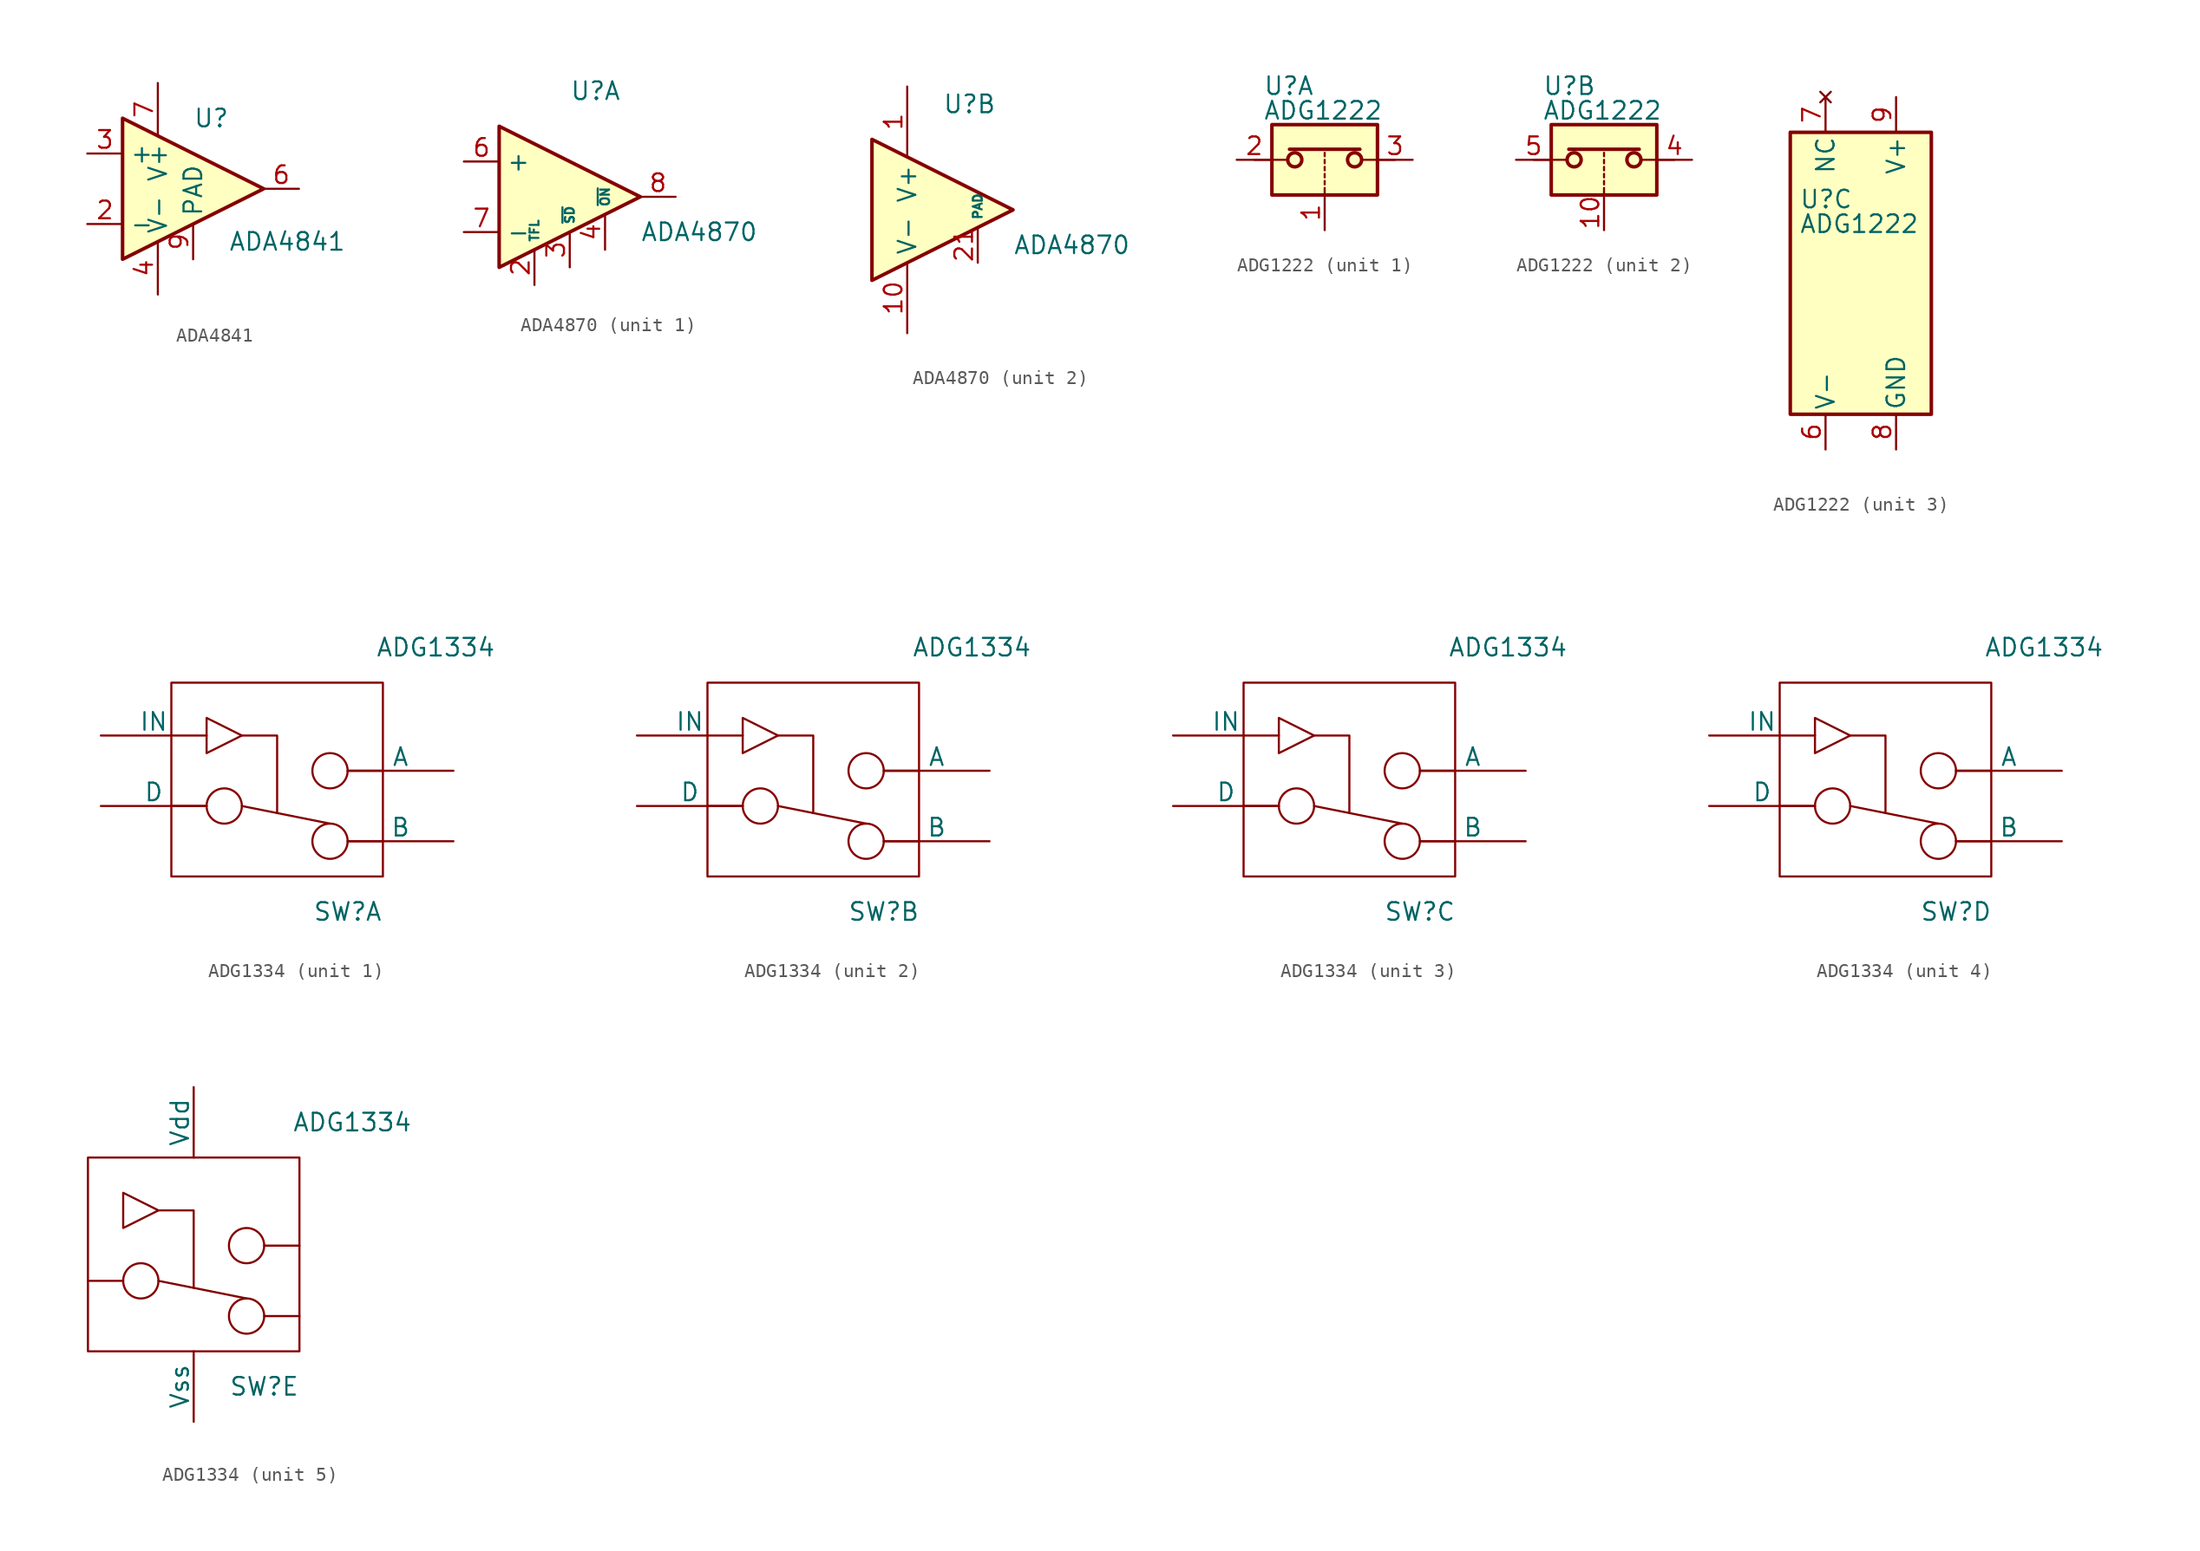
<source format=kicad_sym>
(kicad_symbol_lib
  (version 20231120)
  (generator "kicad_symbol_editor")
  (generator_version "8.0")
  (symbol "ADA4841"
    (property "Reference" "U"
      (at 0 5.08 0)
      (effects (font (size 1.27 1.27)) (justify left)))
    (property "Value" "ADA4841"
      (at 2.54 -3.81 0)
      (effects (font (size 1.27 1.27)) (justify left)))
    (property "Footprint" ""
      (at 0 0 0)
      (effects (font (size 1.27 1.27))))
    (property "Datasheet" ""
      (at 0 0 0)
      (effects (font (size 1.27 1.27))))
    (symbol "ADA4841_0_1"
      (polyline (pts (xy -5.08 5.08) (xy 5.08 0) (xy -5.08 -5.08) (xy -5.08 5.08)) (stroke (width 0.254) (type solid)) (fill (type background)))
      (pin power_in line (at -2.54 -7.62 90) (length 3.81) (name "V-" (effects (font (size 1.27 1.27)))) (number "4" (effects (font (size 1.27 1.27)))))
      (pin power_in line (at -2.54 7.62 270) (length 3.81) (name "V+" (effects (font (size 1.27 1.27)))) (number "7" (effects (font (size 1.27 1.27))))))
    (symbol "ADA4841_1_1"
      (pin input line (at -7.62 -2.54 0) (length 2.54) (name "-" (effects (font (size 1.27 1.27)))) (number "2" (effects (font (size 1.27 1.27)))))
      (pin input line (at -7.62 2.54 0) (length 2.54) (name "+" (effects (font (size 1.27 1.27)))) (number "3" (effects (font (size 1.27 1.27)))))
      (pin output line (at 7.62 0 180) (length 2.54) (name "~" (effects (font (size 1.27 1.27)))) (number "6" (effects (font (size 1.27 1.27)))))
      (pin power_in line (at 0 -5.08 90) (length 2.54) (name "PAD" (effects (font (size 1.27 1.27)))) (number "9" (effects (font (size 1.27 1.27)))))))
  (symbol "ADA4870"
    (property "Reference" "U"
      (at 0 7.62 0)
      (effects (font (size 1.27 1.27)) (justify left)))
    (property "Value" "ADA4870"
      (at 5.08 -2.54 0)
      (effects (font (size 1.27 1.27)) (justify left)))
    (property "Footprint" ""
      (at 0 0 0)
      (effects (font (size 1.27 1.27))))
    (property "Datasheet" ""
      (at 0 0 0)
      (effects (font (size 1.27 1.27))))
    (symbol "ADA4870_0_1"
      (polyline (pts (xy -5.08 5.08) (xy 5.08 0) (xy -5.08 -5.08) (xy -5.08 5.08)) (stroke (width 0.254) (type solid)) (fill (type background))))
    (symbol "ADA4870_1_1"
      (pin output line (at 7.62 0 180) (length 2.54) hide (name "~" (effects (font (size 1.27 1.27)))) (number "14" (effects (font (size 1.27 1.27)))))
      (pin output line (at 7.62 0 180) (length 2.54) hide (name "~" (effects (font (size 1.27 1.27)))) (number "15" (effects (font (size 1.27 1.27)))))
      (pin output line (at 7.62 0 180) (length 2.54) hide (name "~" (effects (font (size 1.27 1.27)))) (number "16" (effects (font (size 1.27 1.27)))))
      (pin output line (at 7.62 0 180) (length 2.54) hide (name "~" (effects (font (size 1.27 1.27)))) (number "17" (effects (font (size 1.27 1.27)))))
      (pin input line (at -2.54 -6.35 90) (length 2.54) (name "TFL" (effects (font (size 0.635 0.635)))) (number "2" (effects (font (size 1.27 1.27)))))
      (pin input line (at 0 -5.08 90) (length 2.54) (name "~{SD}" (effects (font (size 0.635 0.635)))) (number "3" (effects (font (size 1.27 1.27)))))
      (pin input line (at 2.54 -3.81 90) (length 2.54) (name "~{ON}" (effects (font (size 0.635 0.635)))) (number "4" (effects (font (size 1.27 1.27)))))
      (pin no_connect line (at 2.54 3.81 270) (length 2.54) hide (name "NC" (effects (font (size 0.635 0.635)))) (number "5" (effects (font (size 1.27 1.27)))))
      (pin input line (at -7.62 2.54 0) (length 2.54) (name "+" (effects (font (size 1.27 1.27)))) (number "6" (effects (font (size 1.27 1.27)))))
      (pin input line (at -7.62 -2.54 0) (length 2.54) (name "-" (effects (font (size 1.27 1.27)))) (number "7" (effects (font (size 1.27 1.27)))))
      (pin output line (at 7.62 0 180) (length 2.54) (name "~" (effects (font (size 1.27 1.27)))) (number "8" (effects (font (size 1.27 1.27)))))
      (pin no_connect line (at -2.54 6.35 270) (length 2.54) hide (name "NC" (effects (font (size 0.635 0.635)))) (number "9" (effects (font (size 1.27 1.27))))))
    (symbol "ADA4870_2_1"
      (pin power_in line (at -2.54 8.89 270) (length 5.08) (name "V+" (effects (font (size 1.27 1.27)))) (number "1" (effects (font (size 1.27 1.27)))))
      (pin power_in line (at -2.54 -8.89 90) (length 5.08) (name "V-" (effects (font (size 1.27 1.27)))) (number "10" (effects (font (size 1.27 1.27)))))
      (pin power_in line (at -2.54 -8.89 90) (length 5.08) hide (name "V-" (effects (font (size 1.27 1.27)))) (number "11" (effects (font (size 1.27 1.27)))))
      (pin power_in line (at -2.54 -8.89 90) (length 5.08) hide (name "V-" (effects (font (size 1.27 1.27)))) (number "12" (effects (font (size 1.27 1.27)))))
      (pin power_in line (at -2.54 -8.89 90) (length 5.08) hide (name "V-" (effects (font (size 1.27 1.27)))) (number "13" (effects (font (size 1.27 1.27)))))
      (pin power_in line (at -2.54 8.89 270) (length 5.08) hide (name "V+" (effects (font (size 1.27 1.27)))) (number "18" (effects (font (size 1.27 1.27)))))
      (pin power_in line (at -2.54 8.89 270) (length 5.08) hide (name "V+" (effects (font (size 1.27 1.27)))) (number "19" (effects (font (size 1.27 1.27)))))
      (pin power_in line (at -2.54 8.89 270) (length 5.08) hide (name "V+" (effects (font (size 1.27 1.27)))) (number "20" (effects (font (size 1.27 1.27)))))
      (pin input line (at 2.54 -3.81 90) (length 2.54) (name "PAD" (effects (font (size 0.635 0.635)))) (number "21" (effects (font (size 1.27 1.27)))))))
  (symbol "ADG1222"
    (pin_names
      (offset 0.254))
    (property "Reference" "U"
      (at -4.445 5.334 0)
      (effects (font (size 1.27 1.27)) (justify left)))
    (property "Value" "ADG1222"
      (at -4.445 3.556 0)
      (effects (font (size 1.27 1.27)) (justify left)))
    (symbol "ADG1222_1_1"
      (rectangle (start -3.81 2.54) (end 3.81 -2.54) (stroke (width 0.254) (type solid)) (fill (type background)))
      (circle (center -2.159 0) (radius 0.508) (stroke (width 0.254) (type solid)) (fill (type none)))
      (polyline (pts (xy -5.08 0) (xy -2.794 0)) (stroke (width 0) (type solid)) (fill (type none)))
      (polyline (pts (xy -2.54 0.762) (xy 2.54 0.762)) (stroke (width 0.254) (type solid)) (fill (type none)))
      (polyline (pts (xy 0 -2.54) (xy 0 -2.032)) (stroke (width 0) (type solid)) (fill (type none)))
      (polyline (pts (xy 0 -1.778) (xy 0 -1.524)) (stroke (width 0) (type solid)) (fill (type none)))
      (polyline (pts (xy 0 -1.27) (xy 0 -1.016)) (stroke (width 0) (type solid)) (fill (type none)))
      (polyline (pts (xy 0 -0.762) (xy 0 -0.508)) (stroke (width 0) (type solid)) (fill (type none)))
      (polyline (pts (xy 0 -0.254) (xy 0 0)) (stroke (width 0) (type solid)) (fill (type none)))
      (polyline (pts (xy 0 0.254) (xy 0 0.508)) (stroke (width 0) (type solid)) (fill (type none)))
      (polyline (pts (xy 5.08 0) (xy 2.794 0)) (stroke (width 0) (type solid)) (fill (type none)))
      (circle (center 2.159 0) (radius 0.508) (stroke (width 0.254) (type solid)) (fill (type none)))
      (pin input line (at 0 -5.08 90) (length 2.54) (name "~" (effects (font (size 1.27 1.27)))) (number "1" (effects (font (size 1.27 1.27)))))
      (pin passive line (at -6.35 0 0) (length 2.54) (name "~" (effects (font (size 1.27 1.27)))) (number "2" (effects (font (size 1.27 1.27)))))
      (pin passive line (at 6.35 0 180) (length 2.54) (name "~" (effects (font (size 1.27 1.27)))) (number "3" (effects (font (size 1.27 1.27))))))
    (symbol "ADG1222_2_1"
      (rectangle (start -3.81 2.54) (end 3.81 -2.54) (stroke (width 0.254) (type solid)) (fill (type background)))
      (circle (center -2.159 0) (radius 0.508) (stroke (width 0.254) (type solid)) (fill (type none)))
      (polyline (pts (xy -5.08 0) (xy -2.794 0)) (stroke (width 0) (type solid)) (fill (type none)))
      (polyline (pts (xy -2.54 0.762) (xy 2.54 0.762)) (stroke (width 0.254) (type solid)) (fill (type none)))
      (polyline (pts (xy 0 -2.54) (xy 0 -2.032)) (stroke (width 0) (type solid)) (fill (type none)))
      (polyline (pts (xy 0 -1.778) (xy 0 -1.524)) (stroke (width 0) (type solid)) (fill (type none)))
      (polyline (pts (xy 0 -1.27) (xy 0 -1.016)) (stroke (width 0) (type solid)) (fill (type none)))
      (polyline (pts (xy 0 -0.762) (xy 0 -0.508)) (stroke (width 0) (type solid)) (fill (type none)))
      (polyline (pts (xy 0 -0.254) (xy 0 0)) (stroke (width 0) (type solid)) (fill (type none)))
      (polyline (pts (xy 0 0.254) (xy 0 0.508)) (stroke (width 0) (type solid)) (fill (type none)))
      (polyline (pts (xy 5.08 0) (xy 2.794 0)) (stroke (width 0) (type solid)) (fill (type none)))
      (circle (center 2.159 0) (radius 0.508) (stroke (width 0.254) (type solid)) (fill (type none)))
      (pin input line (at 0 -5.08 90) (length 2.54) (name "~" (effects (font (size 1.27 1.27)))) (number "10" (effects (font (size 1.27 1.27)))))
      (pin passive line (at 6.35 0 180) (length 2.54) (name "~" (effects (font (size 1.27 1.27)))) (number "4" (effects (font (size 1.27 1.27)))))
      (pin passive line (at -6.35 0 0) (length 2.54) (name "~" (effects (font (size 1.27 1.27)))) (number "5" (effects (font (size 1.27 1.27))))))
    (symbol "ADG1222_3_0"
      (pin power_in line (at -2.54 -12.7 90) (length 2.54) (name "V-" (effects (font (size 1.27 1.27)))) (number "6" (effects (font (size 1.27 1.27)))))
      (pin power_in line (at 2.54 12.7 270) (length 2.54) (name "V+" (effects (font (size 1.27 1.27)))) (number "9" (effects (font (size 1.27 1.27))))))
    (symbol "ADG1222_3_1"
      (rectangle (start -5.08 10.16) (end 5.08 -10.16) (stroke (width 0.254) (type solid)) (fill (type background)))
      (pin no_connect line (at -2.54 12.7 270) (length 2.54) (name "NC" (effects (font (size 1.27 1.27)))) (number "7" (effects (font (size 1.27 1.27)))))
      (pin power_in line (at 2.54 -12.7 90) (length 2.54) (name "GND" (effects (font (size 1.27 1.27)))) (number "8" (effects (font (size 1.27 1.27)))))))
  (symbol "ADG1334"
    (pin_numbers hide)
    (pin_names
      (offset 0))
    (property "Reference" "SW"
      (at 5.08 -10.16 0)
      (effects (font (size 1.27 1.27))))
    (property "Value" "ADG1334"
      (at 11.43 8.89 0)
      (effects (font (size 1.27 1.27))))
    (property "Footprint" ""
      (at 0 -2.54 0)
      (effects (font (size 1.27 1.27))))
    (property "Datasheet" ""
      (at 0 -2.54 0)
      (effects (font (size 1.27 1.27))))
    (symbol "ADG1334_0_0"
      (circle (center -3.81 -2.54) (radius 1.27) (stroke (width 0) (type solid)) (fill (type none)))
      (circle (center 3.81 -5.08) (radius 1.27) (stroke (width 0) (type solid)) (fill (type none))))
    (symbol "ADG1334_0_1"
      (rectangle (start -7.62 6.35) (end 7.62 -7.62) (stroke (width 0) (type solid)) (fill (type none)))
      (polyline (pts (xy -5.08 -2.54) (xy -7.62 -2.54)) (stroke (width 0) (type solid)) (fill (type none)))
      (polyline (pts (xy -2.54 -2.54) (xy 3.81 -3.81)) (stroke (width 0) (type solid)) (fill (type none)))
      (polyline (pts (xy 5.08 -5.08) (xy 7.62 -5.08)) (stroke (width 0) (type solid)) (fill (type none)))
      (polyline (pts (xy 5.08 0) (xy 7.62 0)) (stroke (width 0) (type solid)) (fill (type none)))
      (polyline (pts (xy -2.54 2.54) (xy 0 2.54) (xy 0 -3.048)) (stroke (width 0) (type solid)) (fill (type none)))
      (polyline (pts (xy -5.08 3.81) (xy -2.54 2.54) (xy -5.08 1.27) (xy -5.08 3.81)) (stroke (width 0) (type solid)) (fill (type none)))
      (circle (center 3.81 0) (radius 1.27) (stroke (width 0) (type solid)) (fill (type none)))
      (pin no_connect line (at 5.08 11.43 270) (length 5.08) hide (name "NC" (effects (font (size 1.27 1.27)))) (number "15" (effects (font (size 1.27 1.27))))))
    (symbol "ADG1334_1_1"
      (pin output line (at -12.7 2.54 0) (length 7.62) (name "IN" (effects (font (size 1.27 1.27)))) (number "1" (effects (font (size 1.27 1.27)))))
      (pin passive line (at 12.7 0 180) (length 7.62) (name "A" (effects (font (size 1.27 1.27)))) (number "2" (effects (font (size 1.27 1.27)))))
      (pin passive line (at -12.7 -2.54 0) (length 7.62) (name "D" (effects (font (size 1.27 1.27)))) (number "3" (effects (font (size 1.27 1.27)))))
      (pin passive line (at 12.7 -5.08 180) (length 7.62) (name "B" (effects (font (size 1.27 1.27)))) (number "4" (effects (font (size 1.27 1.27))))))
    (symbol "ADG1334_2_1"
      (pin output line (at -12.7 2.54 0) (length 7.62) (name "IN" (effects (font (size 1.27 1.27)))) (number "10" (effects (font (size 1.27 1.27)))))
      (pin passive line (at 12.7 -5.08 180) (length 7.62) (name "B" (effects (font (size 1.27 1.27)))) (number "7" (effects (font (size 1.27 1.27)))))
      (pin passive line (at -12.7 -2.54 0) (length 7.62) (name "D" (effects (font (size 1.27 1.27)))) (number "8" (effects (font (size 1.27 1.27)))))
      (pin passive line (at 12.7 0 180) (length 7.62) (name "A" (effects (font (size 1.27 1.27)))) (number "9" (effects (font (size 1.27 1.27))))))
    (symbol "ADG1334_3_1"
      (pin output line (at -12.7 2.54 0) (length 7.62) (name "IN" (effects (font (size 1.27 1.27)))) (number "11" (effects (font (size 1.27 1.27)))))
      (pin passive line (at 12.7 0 180) (length 7.62) (name "A" (effects (font (size 1.27 1.27)))) (number "12" (effects (font (size 1.27 1.27)))))
      (pin passive line (at -12.7 -2.54 0) (length 7.62) (name "D" (effects (font (size 1.27 1.27)))) (number "13" (effects (font (size 1.27 1.27)))))
      (pin passive line (at 12.7 -5.08 180) (length 7.62) (name "B" (effects (font (size 1.27 1.27)))) (number "14" (effects (font (size 1.27 1.27))))))
    (symbol "ADG1334_4_1"
      (pin passive line (at 12.7 -5.08 180) (length 7.62) (name "B" (effects (font (size 1.27 1.27)))) (number "17" (effects (font (size 1.27 1.27)))))
      (pin passive line (at -12.7 -2.54 0) (length 7.62) (name "D" (effects (font (size 1.27 1.27)))) (number "18" (effects (font (size 1.27 1.27)))))
      (pin passive line (at 12.7 0 180) (length 7.62) (name "A" (effects (font (size 1.27 1.27)))) (number "19" (effects (font (size 1.27 1.27)))))
      (pin output line (at -12.7 2.54 0) (length 7.62) (name "IN" (effects (font (size 1.27 1.27)))) (number "20" (effects (font (size 1.27 1.27))))))
    (symbol "ADG1334_5_1"
      (pin output line (at 0 11.43 270) (length 5.08) (name "Vdd" (effects (font (size 1.27 1.27)))) (number "16" (effects (font (size 1.27 1.27)))))
      (pin output line (at 0 -12.7 90) (length 5.08) (name "Vss" (effects (font (size 1.27 1.27)))) (number "5" (effects (font (size 1.27 1.27))))))))
</source>
